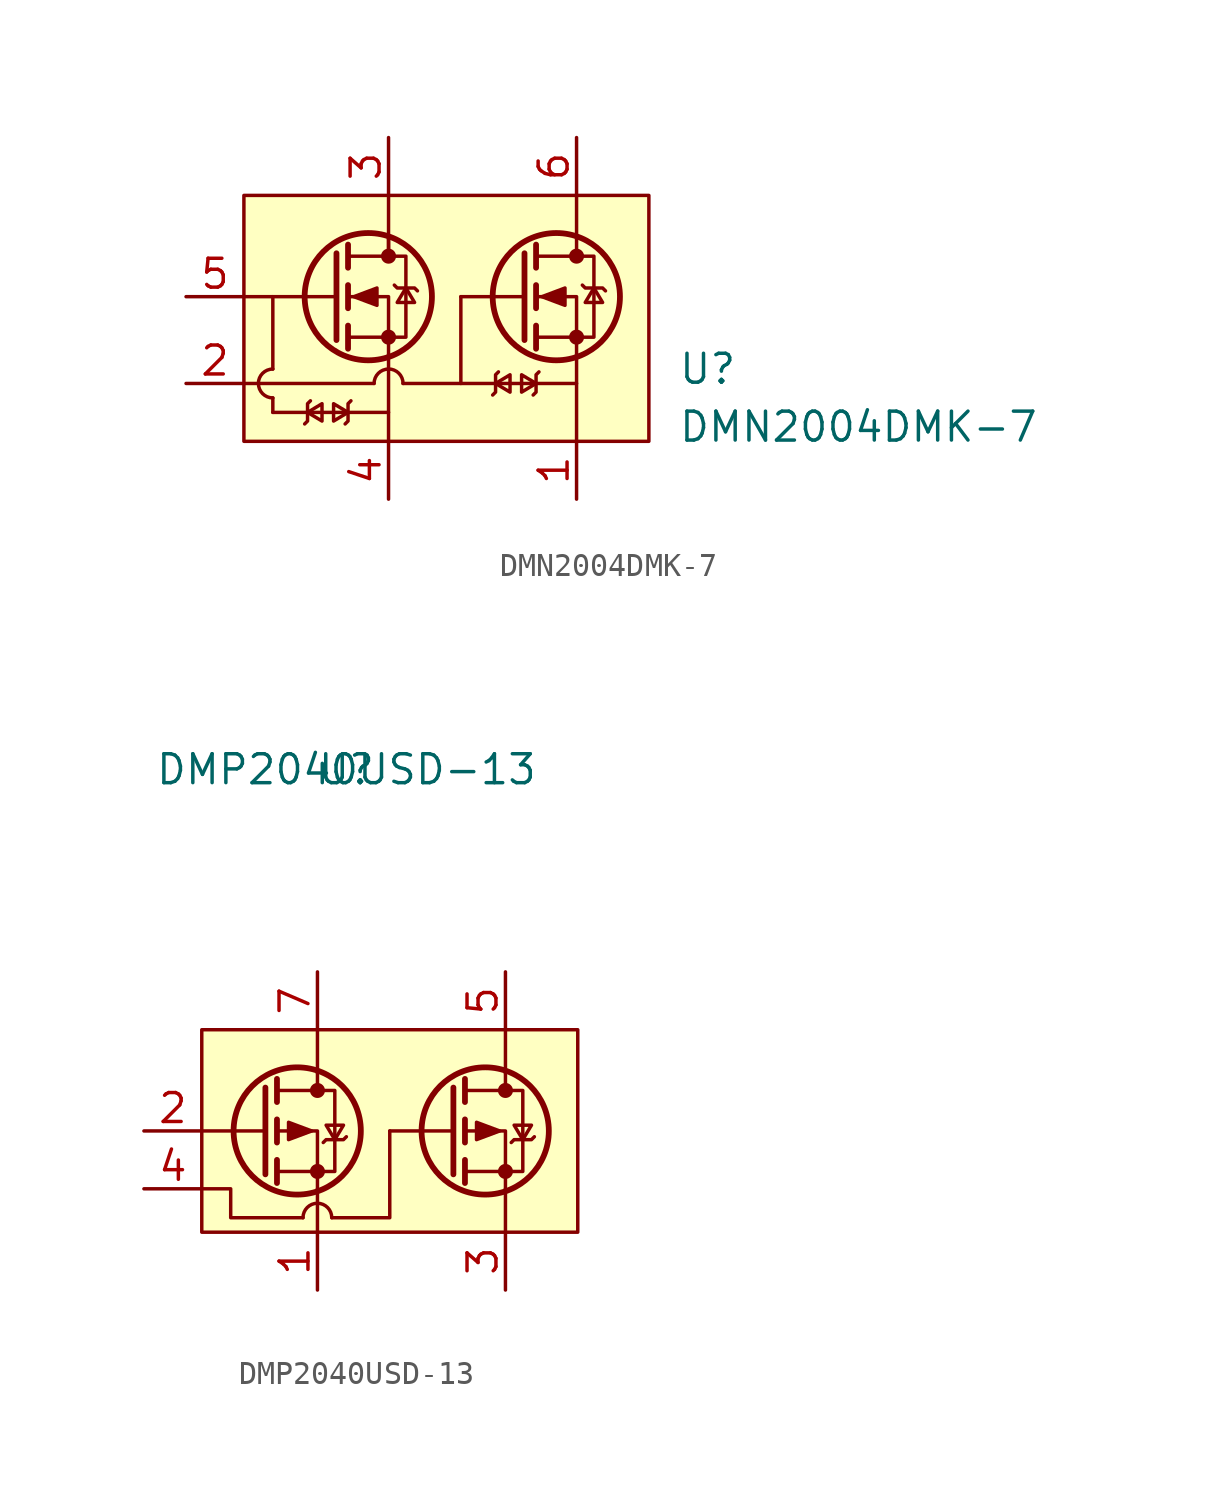
<source format=kicad_sym>
(kicad_symbol_lib
  (version 20211014)
  (generator kicad_symbol_editor)
  (symbol "DMN2004DMK-7"
    (pin_names hide)
    (property "Reference" "U"
      (at 8.89 -2.54 0)
      (effects (font (size 1.27 1.27)) (justify left)))
    (property "Value" "DMN2004DMK-7"
      (at 8.89 -5.08 0)
      (effects (font (size 1.27 1.27)) (justify left)))
    (symbol "DMN2004DMK-7_0_1"
      (rectangle (start -10.16 5.08) (end 7.62 -5.715) (stroke (width 0) (type default) (color 0 0 0 0)) (fill (type background)))
      (arc (start -9.525 -3.175) (mid -9.339 -3.624) (end -8.89 -3.81) (stroke (width 0) (type default) (color 0 0 0 0)) (fill (type none)))
      (arc (start -8.89 -2.54) (mid -9.339 -2.726) (end -9.525 -3.175) (stroke (width 0) (type default) (color 0 0 0 0)) (fill (type none)))
      (circle (center -4.699 0.635) (radius 2.794) (stroke (width 0.254) (type default) (color 0 0 0 0)) (fill (type none)))
      (arc (start -3.81 -2.54) (mid -4.259 -2.726) (end -4.445 -3.175) (stroke (width 0) (type default) (color 0 0 0 0)) (fill (type none)))
      (circle (center -3.81 -1.143) (radius 0.254) (stroke (width 0) (type default) (color 0 0 0 0)) (fill (type outline)))
      (circle (center -3.81 2.413) (radius 0.254) (stroke (width 0) (type default) (color 0 0 0 0)) (fill (type outline)))
      (arc (start -3.175 -3.175) (mid -3.361 -2.726) (end -3.81 -2.54) (stroke (width 0) (type default) (color 0 0 0 0)) (fill (type none)))
      (polyline (pts (xy -8.89 -4.445) (xy -3.81 -4.445)) (stroke (width 0) (type default) (color 0 0 0 0)) (fill (type none)))
      (polyline (pts (xy -8.89 -3.81) (xy -8.89 -4.445)) (stroke (width 0) (type default) (color 0 0 0 0)) (fill (type none)))
      (polyline (pts (xy -8.89 0.635) (xy -8.89 -2.54)) (stroke (width 0) (type default) (color 0 0 0 0)) (fill (type none)))
      (polyline (pts (xy -6.096 0.635) (xy -10.16 0.635)) (stroke (width 0) (type default) (color 0 0 0 0)) (fill (type none)))
      (polyline (pts (xy -6.096 2.54) (xy -6.096 -1.27)) (stroke (width 0.254) (type default) (color 0 0 0 0)) (fill (type none)))
      (polyline (pts (xy -5.588 -0.635) (xy -5.588 -1.651)) (stroke (width 0.254) (type default) (color 0 0 0 0)) (fill (type none)))
      (polyline (pts (xy -5.588 1.143) (xy -5.588 0.127)) (stroke (width 0.254) (type default) (color 0 0 0 0)) (fill (type none)))
      (polyline (pts (xy -5.588 2.921) (xy -5.588 1.905)) (stroke (width 0.254) (type default) (color 0 0 0 0)) (fill (type none)))
      (polyline (pts (xy -4.445 -3.175) (xy -10.16 -3.175)) (stroke (width 0) (type default) (color 0 0 0 0)) (fill (type none)))
      (polyline (pts (xy -3.81 -5.715) (xy -3.81 -1.905)) (stroke (width 0) (type default) (color 0 0 0 0)) (fill (type none)))
      (polyline (pts (xy -3.81 3.175) (xy -3.81 2.413)) (stroke (width 0) (type default) (color 0 0 0 0)) (fill (type none)))
      (polyline (pts (xy -3.81 3.175) (xy -3.81 2.413)) (stroke (width 0) (type default) (color 0 0 0 0)) (fill (type none)))
      (polyline (pts (xy -3.81 5.08) (xy -3.81 3.175)) (stroke (width 0) (type default) (color 0 0 0 0)) (fill (type none)))
      (polyline (pts (xy -0.635 -3.175) (xy 4.445 -3.175)) (stroke (width 0) (type default) (color 0 0 0 0)) (fill (type none)))
      (polyline (pts (xy 2.159 0.635) (xy -0.635 0.635)) (stroke (width 0) (type default) (color 0 0 0 0)) (fill (type none)))
      (polyline (pts (xy 2.159 2.54) (xy 2.159 -1.27)) (stroke (width 0.254) (type default) (color 0 0 0 0)) (fill (type none)))
      (polyline (pts (xy 2.667 -0.635) (xy 2.667 -1.651)) (stroke (width 0.254) (type default) (color 0 0 0 0)) (fill (type none)))
      (polyline (pts (xy 2.667 1.143) (xy 2.667 0.127)) (stroke (width 0.254) (type default) (color 0 0 0 0)) (fill (type none)))
      (polyline (pts (xy 2.667 2.921) (xy 2.667 1.905)) (stroke (width 0.254) (type default) (color 0 0 0 0)) (fill (type none)))
      (polyline (pts (xy 4.445 -5.715) (xy 4.445 -1.905)) (stroke (width 0) (type default) (color 0 0 0 0)) (fill (type none)))
      (polyline (pts (xy 4.445 3.175) (xy 4.445 2.413)) (stroke (width 0) (type default) (color 0 0 0 0)) (fill (type none)))
      (polyline (pts (xy 4.445 3.175) (xy 4.445 5.08)) (stroke (width 0) (type default) (color 0 0 0 0)) (fill (type none)))
      (polyline (pts (xy -3.81 -1.905) (xy -3.81 0.635) (xy -5.588 0.635)) (stroke (width 0) (type default) (color 0 0 0 0)) (fill (type none)))
      (polyline (pts (xy -3.175 -3.175) (xy -0.635 -3.175) (xy -0.635 0.635)) (stroke (width 0) (type default) (color 0 0 0 0)) (fill (type none)))
      (polyline (pts (xy 4.445 -1.905) (xy 4.445 0.635) (xy 2.667 0.635)) (stroke (width 0) (type default) (color 0 0 0 0)) (fill (type none)))
      (polyline (pts (xy -5.588 -1.143) (xy -3.048 -1.143) (xy -3.048 2.413) (xy -5.588 2.413)) (stroke (width 0) (type default) (color 0 0 0 0)) (fill (type none)))
      (polyline (pts (xy -5.334 0.635) (xy -4.318 1.016) (xy -4.318 0.254) (xy -5.334 0.635)) (stroke (width 0) (type default) (color 0 0 0 0)) (fill (type outline)))
      (polyline (pts (xy -3.556 1.143) (xy -3.429 1.016) (xy -2.667 1.016) (xy -2.54 0.889)) (stroke (width 0) (type default) (color 0 0 0 0)) (fill (type none)))
      (polyline (pts (xy -3.048 1.016) (xy -3.429 0.381) (xy -2.667 0.381) (xy -3.048 1.016)) (stroke (width 0) (type default) (color 0 0 0 0)) (fill (type none)))
      (polyline (pts (xy 2.667 -1.143) (xy 5.207 -1.143) (xy 5.207 2.413) (xy 2.667 2.413)) (stroke (width 0) (type default) (color 0 0 0 0)) (fill (type none)))
      (polyline (pts (xy 2.921 0.635) (xy 3.937 1.016) (xy 3.937 0.254) (xy 2.921 0.635)) (stroke (width 0) (type default) (color 0 0 0 0)) (fill (type outline)))
      (polyline (pts (xy 4.699 1.143) (xy 4.826 1.016) (xy 5.588 1.016) (xy 5.715 0.889)) (stroke (width 0) (type default) (color 0 0 0 0)) (fill (type none)))
      (polyline (pts (xy 5.207 1.016) (xy 4.826 0.381) (xy 5.588 0.381) (xy 5.207 1.016)) (stroke (width 0) (type default) (color 0 0 0 0)) (fill (type none)))
      (circle (center 3.556 0.635) (radius 2.794) (stroke (width 0.254) (type default) (color 0 0 0 0)) (fill (type none)))
      (circle (center 4.445 -1.143) (radius 0.254) (stroke (width 0) (type default) (color 0 0 0 0)) (fill (type outline)))
      (circle (center 4.445 2.413) (radius 0.254) (stroke (width 0) (type default) (color 0 0 0 0)) (fill (type outline))))
    (symbol "DMN2004DMK-7_1_1"
      (polyline (pts (xy -7.493 -4.953) (xy -7.366 -4.826) (xy -7.366 -4.064) (xy -7.239 -3.937)) (stroke (width 0) (type default) (color 0 0 0 0)) (fill (type none)))
      (polyline (pts (xy -7.366 -4.445) (xy -6.731 -4.826) (xy -6.731 -4.064) (xy -7.366 -4.445)) (stroke (width 0) (type default) (color 0 0 0 0)) (fill (type none)))
      (polyline (pts (xy -5.588 -4.445) (xy -6.223 -4.064) (xy -6.223 -4.826) (xy -5.588 -4.445)) (stroke (width 0) (type default) (color 0 0 0 0)) (fill (type none)))
      (polyline (pts (xy -5.461 -3.937) (xy -5.588 -4.064) (xy -5.588 -4.826) (xy -5.715 -4.953)) (stroke (width 0) (type default) (color 0 0 0 0)) (fill (type none)))
      (polyline (pts (xy 0.762 -3.683) (xy 0.889 -3.556) (xy 0.889 -2.794) (xy 1.016 -2.667)) (stroke (width 0) (type default) (color 0 0 0 0)) (fill (type none)))
      (polyline (pts (xy 0.889 -3.175) (xy 1.524 -3.556) (xy 1.524 -2.794) (xy 0.889 -3.175)) (stroke (width 0) (type default) (color 0 0 0 0)) (fill (type none)))
      (polyline (pts (xy 2.667 -3.175) (xy 2.032 -2.794) (xy 2.032 -3.556) (xy 2.667 -3.175)) (stroke (width 0) (type default) (color 0 0 0 0)) (fill (type none)))
      (polyline (pts (xy 2.794 -2.667) (xy 2.667 -2.794) (xy 2.667 -3.556) (xy 2.54 -3.683)) (stroke (width 0) (type default) (color 0 0 0 0)) (fill (type none)))
      (pin passive line (at 4.445 -8.255 90) (length 2.54) (name "S2" (effects (font (size 1.27 1.27)))) (number "1" (effects (font (size 1.27 1.27)))))
      (pin input line (at -12.7 -3.175 0) (length 2.54) (name "G2" (effects (font (size 1.27 1.27)))) (number "2" (effects (font (size 1.27 1.27)))))
      (pin passive line (at -3.81 7.62 270) (length 2.54) (name "D1" (effects (font (size 1.27 1.27)))) (number "3" (effects (font (size 1.27 1.27)))))
      (pin passive line (at -3.81 -8.255 90) (length 2.54) (name "S1" (effects (font (size 1.27 1.27)))) (number "4" (effects (font (size 1.27 1.27)))))
      (pin input line (at -12.7 0.635 0) (length 2.54) (name "G1" (effects (font (size 1.27 1.27)))) (number "5" (effects (font (size 1.27 1.27)))))
      (pin passive line (at 4.445 7.62 270) (length 2.54) (name "D2" (effects (font (size 1.27 1.27)))) (number "6" (effects (font (size 1.27 1.27)))))))
  (symbol "DMP2040USD-13"
    (pin_names hide)
    (property "Reference" "U"
      (at -1.905 15.875 0)
      (effects (font (size 1.27 1.27))))
    (property "Value" "DMP2040USD-13"
      (at -1.905 15.875 0)
      (effects (font (size 1.27 1.27))))
    (symbol "DMP2040USD-13_0_1"
      (rectangle (start -8.255 4.445) (end 8.255 -4.445) (stroke (width 0) (type default) (color 0 0 0 0)) (fill (type background)))
      (circle (center -4.064 0) (radius 2.794) (stroke (width 0.254) (type default) (color 0 0 0 0)) (fill (type none)))
      (arc (start -3.175 -3.175) (mid -3.624 -3.361) (end -3.81 -3.81) (stroke (width 0) (type default) (color 0 0 0 0)) (fill (type none)))
      (circle (center -3.175 -1.778) (radius 0.254) (stroke (width 0) (type default) (color 0 0 0 0)) (fill (type outline)))
      (circle (center -3.175 1.778) (radius 0.254) (stroke (width 0) (type default) (color 0 0 0 0)) (fill (type outline)))
      (arc (start -2.54 -3.81) (mid -2.726 -3.361) (end -3.175 -3.175) (stroke (width 0) (type default) (color 0 0 0 0)) (fill (type none)))
      (polyline (pts (xy -5.461 0) (xy -8.255 0)) (stroke (width 0) (type default) (color 0 0 0 0)) (fill (type none)))
      (polyline (pts (xy -5.461 1.905) (xy -5.461 -1.905)) (stroke (width 0.254) (type default) (color 0 0 0 0)) (fill (type none)))
      (polyline (pts (xy -4.953 -1.27) (xy -4.953 -2.286)) (stroke (width 0.254) (type default) (color 0 0 0 0)) (fill (type none)))
      (polyline (pts (xy -4.953 0.508) (xy -4.953 -0.508)) (stroke (width 0.254) (type default) (color 0 0 0 0)) (fill (type none)))
      (polyline (pts (xy -4.953 2.286) (xy -4.953 1.27)) (stroke (width 0.254) (type default) (color 0 0 0 0)) (fill (type none)))
      (polyline (pts (xy -3.175 -4.445) (xy -3.175 -2.54)) (stroke (width 0) (type default) (color 0 0 0 0)) (fill (type none)))
      (polyline (pts (xy -3.175 2.54) (xy -3.175 1.778)) (stroke (width 0) (type default) (color 0 0 0 0)) (fill (type none)))
      (polyline (pts (xy -3.175 4.445) (xy -3.175 2.54)) (stroke (width 0) (type default) (color 0 0 0 0)) (fill (type none)))
      (polyline (pts (xy 2.794 0) (xy 0 0)) (stroke (width 0) (type default) (color 0 0 0 0)) (fill (type none)))
      (polyline (pts (xy 2.794 1.905) (xy 2.794 -1.905)) (stroke (width 0.254) (type default) (color 0 0 0 0)) (fill (type none)))
      (polyline (pts (xy 3.302 -1.27) (xy 3.302 -2.286)) (stroke (width 0.254) (type default) (color 0 0 0 0)) (fill (type none)))
      (polyline (pts (xy 3.302 0.508) (xy 3.302 -0.508)) (stroke (width 0.254) (type default) (color 0 0 0 0)) (fill (type none)))
      (polyline (pts (xy 3.302 2.286) (xy 3.302 1.27)) (stroke (width 0.254) (type default) (color 0 0 0 0)) (fill (type none)))
      (polyline (pts (xy 5.08 -4.445) (xy 5.08 -2.54)) (stroke (width 0) (type default) (color 0 0 0 0)) (fill (type none)))
      (polyline (pts (xy 5.08 2.54) (xy 5.08 1.778)) (stroke (width 0) (type default) (color 0 0 0 0)) (fill (type none)))
      (polyline (pts (xy 5.08 2.54) (xy 5.08 4.445)) (stroke (width 0) (type default) (color 0 0 0 0)) (fill (type none)))
      (polyline (pts (xy -3.175 -2.54) (xy -3.175 0) (xy -4.953 0)) (stroke (width 0) (type default) (color 0 0 0 0)) (fill (type none)))
      (polyline (pts (xy 0 0) (xy 0 -3.81) (xy -2.54 -3.81)) (stroke (width 0) (type default) (color 0 0 0 0)) (fill (type none)))
      (polyline (pts (xy 5.08 -2.54) (xy 5.08 0) (xy 3.302 0)) (stroke (width 0) (type default) (color 0 0 0 0)) (fill (type none)))
      (polyline (pts (xy -8.255 -2.54) (xy -6.985 -2.54) (xy -6.985 -3.81) (xy -3.81 -3.81)) (stroke (width 0) (type default) (color 0 0 0 0)) (fill (type none)))
      (polyline (pts (xy -4.953 1.778) (xy -2.413 1.778) (xy -2.413 -1.778) (xy -4.953 -1.778)) (stroke (width 0) (type default) (color 0 0 0 0)) (fill (type none)))
      (polyline (pts (xy -3.429 0) (xy -4.445 0.381) (xy -4.445 -0.381) (xy -3.429 0)) (stroke (width 0) (type default) (color 0 0 0 0)) (fill (type outline)))
      (polyline (pts (xy -2.921 -0.508) (xy -2.794 -0.381) (xy -2.032 -0.381) (xy -1.905 -0.254)) (stroke (width 0) (type default) (color 0 0 0 0)) (fill (type none)))
      (polyline (pts (xy -2.413 -0.381) (xy -2.794 0.254) (xy -2.032 0.254) (xy -2.413 -0.381)) (stroke (width 0) (type default) (color 0 0 0 0)) (fill (type none)))
      (polyline (pts (xy 3.302 1.778) (xy 5.842 1.778) (xy 5.842 -1.778) (xy 3.302 -1.778)) (stroke (width 0) (type default) (color 0 0 0 0)) (fill (type none)))
      (polyline (pts (xy 4.826 0) (xy 3.81 0.381) (xy 3.81 -0.381) (xy 4.826 0)) (stroke (width 0) (type default) (color 0 0 0 0)) (fill (type outline)))
      (polyline (pts (xy 5.334 -0.508) (xy 5.461 -0.381) (xy 6.223 -0.381) (xy 6.35 -0.254)) (stroke (width 0) (type default) (color 0 0 0 0)) (fill (type none)))
      (polyline (pts (xy 5.842 -0.381) (xy 5.461 0.254) (xy 6.223 0.254) (xy 5.842 -0.381)) (stroke (width 0) (type default) (color 0 0 0 0)) (fill (type none)))
      (circle (center 4.191 0) (radius 2.794) (stroke (width 0.254) (type default) (color 0 0 0 0)) (fill (type none)))
      (circle (center 5.08 -1.778) (radius 0.254) (stroke (width 0) (type default) (color 0 0 0 0)) (fill (type outline)))
      (circle (center 5.08 1.778) (radius 0.254) (stroke (width 0) (type default) (color 0 0 0 0)) (fill (type outline))))
    (symbol "DMP2040USD-13_1_1"
      (pin passive line (at -3.175 -6.985 90) (length 2.54) (name "S1" (effects (font (size 1.27 1.27)))) (number "1" (effects (font (size 1.27 1.27)))))
      (pin input line (at -10.795 0 0) (length 2.54) (name "G1" (effects (font (size 1.27 1.27)))) (number "2" (effects (font (size 1.27 1.27)))))
      (pin passive line (at 5.08 -6.985 90) (length 2.54) (name "S2" (effects (font (size 1.27 1.27)))) (number "3" (effects (font (size 1.27 1.27)))))
      (pin input line (at -10.795 -2.54 0) (length 2.54) (name "G2" (effects (font (size 1.27 1.27)))) (number "4" (effects (font (size 1.27 1.27)))))
      (pin passive line (at 5.08 6.985 270) (length 2.54) (name "D2" (effects (font (size 1.27 1.27)))) (number "5" (effects (font (size 1.27 1.27)))))
      (pin passive line (at 5.08 6.985 270) (length 2.54) hide (name "D2" (effects (font (size 1.27 1.27)))) (number "6" (effects (font (size 1.27 1.27)))))
      (pin passive line (at -3.175 6.985 270) (length 2.54) (name "D1" (effects (font (size 1.27 1.27)))) (number "7" (effects (font (size 1.27 1.27)))))
      (pin passive line (at -3.175 6.985 270) (length 2.54) hide (name "D1" (effects (font (size 1.27 1.27)))) (number "8" (effects (font (size 1.27 1.27))))))))
</source>
